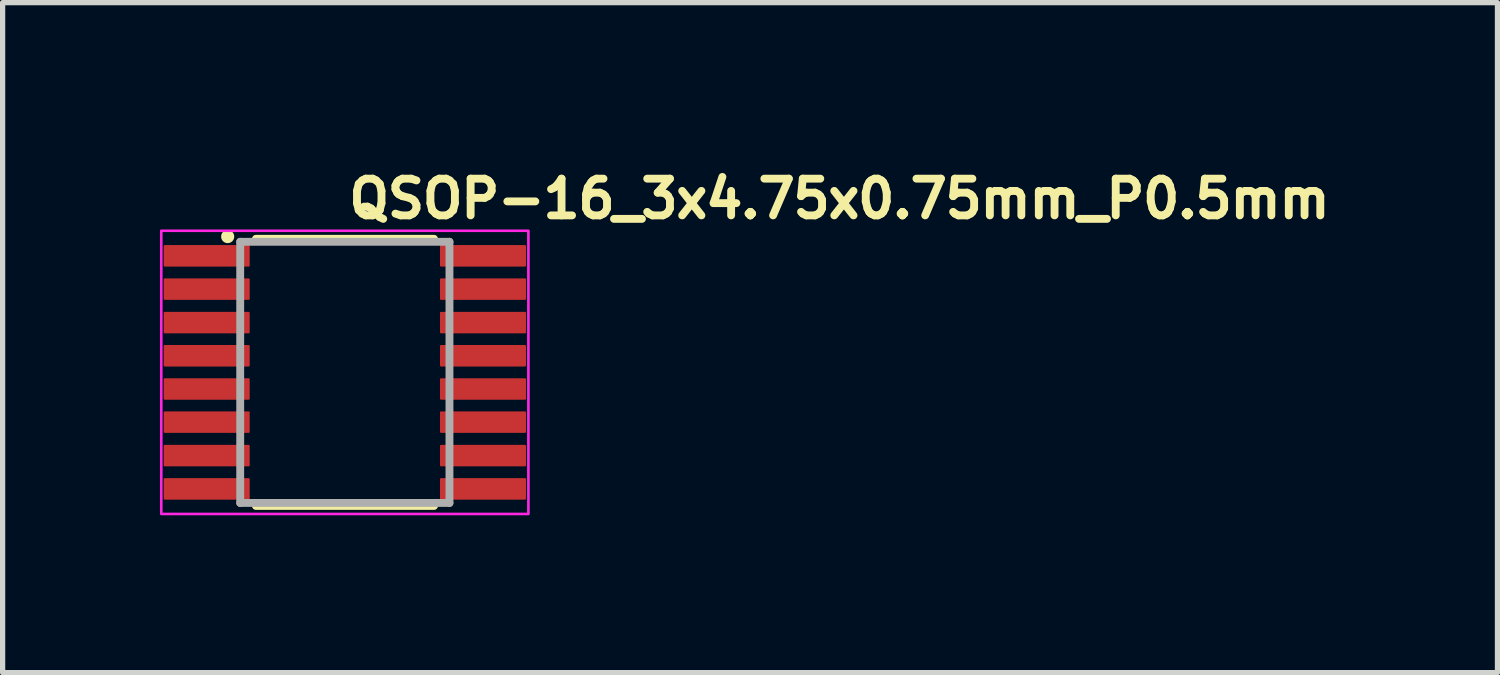
<source format=kicad_pcb>
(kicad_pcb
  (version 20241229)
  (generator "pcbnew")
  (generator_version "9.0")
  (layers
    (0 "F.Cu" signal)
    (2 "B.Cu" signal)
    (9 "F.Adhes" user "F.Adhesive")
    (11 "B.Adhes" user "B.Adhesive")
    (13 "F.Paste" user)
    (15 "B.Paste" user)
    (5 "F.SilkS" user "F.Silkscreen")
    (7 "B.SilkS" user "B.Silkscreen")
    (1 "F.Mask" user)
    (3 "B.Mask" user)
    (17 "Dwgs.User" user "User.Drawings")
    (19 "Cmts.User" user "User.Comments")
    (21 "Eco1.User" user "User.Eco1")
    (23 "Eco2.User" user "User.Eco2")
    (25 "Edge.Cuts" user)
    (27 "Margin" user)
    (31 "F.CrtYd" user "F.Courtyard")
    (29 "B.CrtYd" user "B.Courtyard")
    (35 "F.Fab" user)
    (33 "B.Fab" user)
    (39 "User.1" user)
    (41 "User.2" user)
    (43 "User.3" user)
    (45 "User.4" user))
  (footprint "QSOP-16_3x4.75x0.75mm_P0.5mm"
    (layer "F.Cu")
    (at 3.525 4.05)
    (property "Reference" "QSOP-16_3x4.75x0.75mm_P0.5mm" (at 0 -2.9 0) (layer "F.SilkS") (effects (font (size 0.7 0.7) (thickness 0.15)) (justify left bottom)))
    (attr smd)
    (fp_line (start -1.695 -2.547) (end 1.7 -2.547) (stroke (width 0.15) (type solid)) (layer "F.SilkS"))
    (fp_line (start -1.695 2.547) (end 1.7 2.547) (stroke (width 0.15) (type solid)) (layer "F.SilkS"))
    (fp_circle (center -2.234 -2.589) (end -2.184 -2.589) (stroke (width 0.15) (type solid)) (fill yes) (layer "F.SilkS"))
    (fp_rect (start -3.5 -2.7) (end 3.5 2.7) (stroke (width 0.05) (type solid)) (fill no) (layer "F.CrtYd"))
    (fp_line (start -1.995 -2.49) (end -1.995 2.49) (stroke (width 0.15) (type solid)) (layer "F.Fab"))
    (fp_line (start -1.995 -2.49) (end 1.995 -2.49) (stroke (width 0.15) (type solid)) (layer "F.Fab"))
    (fp_line (start -1.995 2.49) (end 1.995 2.49) (stroke (width 0.15) (type solid)) (layer "F.Fab"))
    (fp_line (start 1.995 -2.49) (end 1.995 2.49) (stroke (width 0.15) (type solid)) (layer "F.Fab"))
    (fp_rect (start -3.009 -2.445) (end 3.009 2.445) (stroke (width 0.1) (type solid)) (fill no) (layer "User.5"))
    (fp_line (start -3.009 -2.097) (end -3.009 -2.347) (stroke (width 0.02) (type solid)) (layer "User.9"))
    (fp_line (start -3.009 -1.462) (end -3.009 -1.712) (stroke (width 0.02) (type solid)) (layer "User.9"))
    (fp_line (start -3.009 -0.825) (end -3.009 -1.077) (stroke (width 0.02) (type solid)) (layer "User.9"))
    (fp_line (start -3.009 -0.192) (end -3.009 -0.442) (stroke (width 0.02) (type solid)) (layer "User.9"))
    (fp_line (start -3.009 0.442) (end -3.009 0.192) (stroke (width 0.02) (type solid)) (layer "User.9"))
    (fp_line (start -3.009 1.077) (end -3.009 0.825) (stroke (width 0.02) (type solid)) (layer "User.9"))
    (fp_line (start -3.009 1.712) (end -3.009 1.462) (stroke (width 0.02) (type solid)) (layer "User.9"))
    (fp_line (start -3.009 2.347) (end -3.009 2.097) (stroke (width 0.02) (type solid)) (layer "User.9"))
    (fp_line (start -2.559 -2.347) (end -3.009 -2.347) (stroke (width 0.02) (type solid)) (layer "User.9"))
    (fp_line (start -2.559 -2.097) (end -3.009 -2.097) (stroke (width 0.02) (type solid)) (layer "User.9"))
    (fp_line (start -2.559 -1.712) (end -3.009 -1.712) (stroke (width 0.02) (type solid)) (layer "User.9"))
    (fp_line (start -2.559 -1.462) (end -3.009 -1.462) (stroke (width 0.02) (type solid)) (layer "User.9"))
    (fp_line (start -2.559 -1.077) (end -3.009 -1.077) (stroke (width 0.02) (type solid)) (layer "User.9"))
    (fp_line (start -2.559 -0.825) (end -3.009 -0.825) (stroke (width 0.02) (type solid)) (layer "User.9"))
    (fp_line (start -2.559 -0.442) (end -3.009 -0.442) (stroke (width 0.02) (type solid)) (layer "User.9"))
    (fp_line (start -2.559 -0.192) (end -3.009 -0.192) (stroke (width 0.02) (type solid)) (layer "User.9"))
    (fp_line (start -2.559 0.192) (end -3.009 0.192) (stroke (width 0.02) (type solid)) (layer "User.9"))
    (fp_line (start -2.559 0.442) (end -3.009 0.442) (stroke (width 0.02) (type solid)) (layer "User.9"))
    (fp_line (start -2.559 0.825) (end -3.009 0.825) (stroke (width 0.02) (type solid)) (layer "User.9"))
    (fp_line (start -2.559 1.077) (end -3.009 1.077) (stroke (width 0.02) (type solid)) (layer "User.9"))
    (fp_line (start -2.559 1.462) (end -3.009 1.462) (stroke (width 0.02) (type solid)) (layer "User.9"))
    (fp_line (start -2.559 1.712) (end -3.009 1.712) (stroke (width 0.02) (type solid)) (layer "User.9"))
    (fp_line (start -2.559 2.097) (end -3.009 2.097) (stroke (width 0.02) (type solid)) (layer "User.9"))
    (fp_line (start -2.559 2.347) (end -3.009 2.347) (stroke (width 0.02) (type solid)) (layer "User.9"))
    (fp_line (start -2.509 -2.347) (end -2.559 -2.347) (stroke (width 0.02) (type solid)) (layer "User.9"))
    (fp_line (start -2.509 -2.097) (end -2.559 -2.097) (stroke (width 0.02) (type solid)) (layer "User.9"))
    (fp_line (start -2.509 -1.712) (end -2.559 -1.712) (stroke (width 0.02) (type solid)) (layer "User.9"))
    (fp_line (start -2.509 -1.462) (end -2.559 -1.462) (stroke (width 0.02) (type solid)) (layer "User.9"))
    (fp_line (start -2.509 -1.077) (end -2.559 -1.077) (stroke (width 0.02) (type solid)) (layer "User.9"))
    (fp_line (start -2.509 -0.825) (end -2.559 -0.825) (stroke (width 0.02) (type solid)) (layer "User.9"))
    (fp_line (start -2.509 -0.442) (end -2.559 -0.442) (stroke (width 0.02) (type solid)) (layer "User.9"))
    (fp_line (start -2.509 -0.192) (end -2.559 -0.192) (stroke (width 0.02) (type solid)) (layer "User.9"))
    (fp_line (start -2.509 0.192) (end -2.559 0.192) (stroke (width 0.02) (type solid)) (layer "User.9"))
    (fp_line (start -2.509 0.442) (end -2.559 0.442) (stroke (width 0.02) (type solid)) (layer "User.9"))
    (fp_line (start -2.509 0.825) (end -2.559 0.825) (stroke (width 0.02) (type solid)) (layer "User.9"))
    (fp_line (start -2.509 1.077) (end -2.559 1.077) (stroke (width 0.02) (type solid)) (layer "User.9"))
    (fp_line (start -2.509 1.462) (end -2.559 1.462) (stroke (width 0.02) (type solid)) (layer "User.9"))
    (fp_line (start -2.509 1.712) (end -2.559 1.712) (stroke (width 0.02) (type solid)) (layer "User.9"))
    (fp_line (start -2.509 2.097) (end -2.559 2.097) (stroke (width 0.02) (type solid)) (layer "User.9"))
    (fp_line (start -2.509 2.347) (end -2.559 2.347) (stroke (width 0.02) (type solid)) (layer "User.9"))
    (fp_line (start -2.475 -2.347) (end -2.509 -2.347) (stroke (width 0.02) (type solid)) (layer "User.9"))
    (fp_line (start -2.475 -2.097) (end -2.509 -2.097) (stroke (width 0.02) (type solid)) (layer "User.9"))
    (fp_line (start -2.475 -1.712) (end -2.509 -1.712) (stroke (width 0.02) (type solid)) (layer "User.9"))
    (fp_line (start -2.475 -1.462) (end -2.509 -1.462) (stroke (width 0.02) (type solid)) (layer "User.9"))
    (fp_line (start -2.475 -1.077) (end -2.509 -1.077) (stroke (width 0.02) (type solid)) (layer "User.9"))
    (fp_line (start -2.475 -0.825) (end -2.509 -0.825) (stroke (width 0.02) (type solid)) (layer "User.9"))
    (fp_line (start -2.475 -0.442) (end -2.509 -0.442) (stroke (width 0.02) (type solid)) (layer "User.9"))
    (fp_line (start -2.475 -0.192) (end -2.509 -0.192) (stroke (width 0.02) (type solid)) (layer "User.9"))
    (fp_line (start -2.475 0.192) (end -2.509 0.192) (stroke (width 0.02) (type solid)) (layer "User.9"))
    (fp_line (start -2.475 0.442) (end -2.509 0.442) (stroke (width 0.02) (type solid)) (layer "User.9"))
    (fp_line (start -2.475 0.825) (end -2.509 0.825) (stroke (width 0.02) (type solid)) (layer "User.9"))
    (fp_line (start -2.475 1.077) (end -2.509 1.077) (stroke (width 0.02) (type solid)) (layer "User.9"))
    (fp_line (start -2.475 1.462) (end -2.509 1.462) (stroke (width 0.02) (type solid)) (layer "User.9"))
    (fp_line (start -2.475 1.712) (end -2.509 1.712) (stroke (width 0.02) (type solid)) (layer "User.9"))
    (fp_line (start -2.475 2.097) (end -2.509 2.097) (stroke (width 0.02) (type solid)) (layer "User.9"))
    (fp_line (start -2.475 2.347) (end -2.509 2.347) (stroke (width 0.02) (type solid)) (layer "User.9"))
    (fp_line (start -2.275 -2.347) (end -2.475 -2.347) (stroke (width 0.02) (type solid)) (layer "User.9"))
    (fp_line (start -2.275 -2.097) (end -2.475 -2.097) (stroke (width 0.02) (type solid)) (layer "User.9"))
    (fp_line (start -2.275 -1.712) (end -2.475 -1.712) (stroke (width 0.02) (type solid)) (layer "User.9"))
    (fp_line (start -2.275 -1.462) (end -2.475 -1.462) (stroke (width 0.02) (type solid)) (layer "User.9"))
    (fp_line (start -2.275 -1.077) (end -2.475 -1.077) (stroke (width 0.02) (type solid)) (layer "User.9"))
    (fp_line (start -2.275 -0.825) (end -2.475 -0.825) (stroke (width 0.02) (type solid)) (layer "User.9"))
    (fp_line (start -2.275 -0.442) (end -2.475 -0.442) (stroke (width 0.02) (type solid)) (layer "User.9"))
    (fp_line (start -2.275 -0.192) (end -2.475 -0.192) (stroke (width 0.02) (type solid)) (layer "User.9"))
    (fp_line (start -2.275 0.192) (end -2.475 0.192) (stroke (width 0.02) (type solid)) (layer "User.9"))
    (fp_line (start -2.275 0.442) (end -2.475 0.442) (stroke (width 0.02) (type solid)) (layer "User.9"))
    (fp_line (start -2.275 0.825) (end -2.475 0.825) (stroke (width 0.02) (type solid)) (layer "User.9"))
    (fp_line (start -2.275 1.077) (end -2.475 1.077) (stroke (width 0.02) (type solid)) (layer "User.9"))
    (fp_line (start -2.275 1.462) (end -2.475 1.462) (stroke (width 0.02) (type solid)) (layer "User.9"))
    (fp_line (start -2.275 1.712) (end -2.475 1.712) (stroke (width 0.02) (type solid)) (layer "User.9"))
    (fp_line (start -2.275 2.097) (end -2.475 2.097) (stroke (width 0.02) (type solid)) (layer "User.9"))
    (fp_line (start -2.275 2.347) (end -2.475 2.347) (stroke (width 0.02) (type solid)) (layer "User.9"))
    (fp_line (start -1.95 -2.445) (end -1.95 2.445) (stroke (width 0.02) (type solid)) (layer "User.9"))
    (fp_line (start -1.95 -2.347) (end -2.275 -2.347) (stroke (width 0.02) (type solid)) (layer "User.9"))
    (fp_line (start -1.95 -2.097) (end -2.275 -2.097) (stroke (width 0.02) (type solid)) (layer "User.9"))
    (fp_line (start -1.95 -2.097) (end -1.95 -2.347) (stroke (width 0.02) (type solid)) (layer "User.9"))
    (fp_line (start -1.95 -1.712) (end -2.275 -1.712) (stroke (width 0.02) (type solid)) (layer "User.9"))
    (fp_line (start -1.95 -1.462) (end -2.275 -1.462) (stroke (width 0.02) (type solid)) (layer "User.9"))
    (fp_line (start -1.95 -1.462) (end -1.95 -1.712) (stroke (width 0.02) (type solid)) (layer "User.9"))
    (fp_line (start -1.95 -1.077) (end -2.275 -1.077) (stroke (width 0.02) (type solid)) (layer "User.9"))
    (fp_line (start -1.95 -0.825) (end -2.275 -0.825) (stroke (width 0.02) (type solid)) (layer "User.9"))
    (fp_line (start -1.95 -0.825) (end -1.95 -1.077) (stroke (width 0.02) (type solid)) (layer "User.9"))
    (fp_line (start -1.95 -0.442) (end -2.275 -0.442) (stroke (width 0.02) (type solid)) (layer "User.9"))
    (fp_line (start -1.95 -0.192) (end -2.275 -0.192) (stroke (width 0.02) (type solid)) (layer "User.9"))
    (fp_line (start -1.95 -0.192) (end -1.95 -0.442) (stroke (width 0.02) (type solid)) (layer "User.9"))
    (fp_line (start -1.95 0.192) (end -2.275 0.192) (stroke (width 0.02) (type solid)) (layer "User.9"))
    (fp_line (start -1.95 0.442) (end -2.275 0.442) (stroke (width 0.02) (type solid)) (layer "User.9"))
    (fp_line (start -1.95 0.442) (end -1.95 0.192) (stroke (width 0.02) (type solid)) (layer "User.9"))
    (fp_line (start -1.95 0.825) (end -2.275 0.825) (stroke (width 0.02) (type solid)) (layer "User.9"))
    (fp_line (start -1.95 1.077) (end -2.275 1.077) (stroke (width 0.02) (type solid)) (layer "User.9"))
    (fp_line (start -1.95 1.077) (end -1.95 0.825) (stroke (width 0.02) (type solid)) (layer "User.9"))
    (fp_line (start -1.95 1.462) (end -2.275 1.462) (stroke (width 0.02) (type solid)) (layer "User.9"))
    (fp_line (start -1.95 1.712) (end -2.275 1.712) (stroke (width 0.02) (type solid)) (layer "User.9"))
    (fp_line (start -1.95 1.712) (end -1.95 1.462) (stroke (width 0.02) (type solid)) (layer "User.9"))
    (fp_line (start -1.95 2.097) (end -2.275 2.097) (stroke (width 0.02) (type solid)) (layer "User.9"))
    (fp_line (start -1.95 2.347) (end -2.275 2.347) (stroke (width 0.02) (type solid)) (layer "User.9"))
    (fp_line (start -1.95 2.347) (end -1.95 2.097) (stroke (width 0.02) (type solid)) (layer "User.9"))
    (fp_line (start -1.95 2.445) (end 1.95 2.445) (stroke (width 0.02) (type solid)) (layer "User.9"))
    (fp_line (start -1.851 -2.346) (end -1.95 -2.445) (stroke (width 0.02) (type solid)) (layer "User.9"))
    (fp_line (start -1.851 -2.346) (end -1.851 2.346) (stroke (width 0.02) (type solid)) (layer "User.9"))
    (fp_line (start -1.851 2.346) (end -1.95 2.445) (stroke (width 0.02) (type solid)) (layer "User.9"))
    (fp_line (start -1.851 2.346) (end 1.851 2.346) (stroke (width 0.02) (type solid)) (layer "User.9"))
    (fp_line (start 1.851 -2.346) (end -1.851 -2.346) (stroke (width 0.02) (type solid)) (layer "User.9"))
    (fp_line (start 1.851 -2.346) (end 1.95 -2.445) (stroke (width 0.02) (type solid)) (layer "User.9"))
    (fp_line (start 1.851 2.346) (end 1.851 -2.346) (stroke (width 0.02) (type solid)) (layer "User.9"))
    (fp_line (start 1.851 2.346) (end 1.95 2.445) (stroke (width 0.02) (type solid)) (layer "User.9"))
    (fp_line (start 1.95 -2.445) (end -1.95 -2.445) (stroke (width 0.02) (type solid)) (layer "User.9"))
    (fp_line (start 1.95 -2.347) (end 2.275 -2.347) (stroke (width 0.02) (type solid)) (layer "User.9"))
    (fp_line (start 1.95 -2.097) (end 1.95 -2.347) (stroke (width 0.02) (type solid)) (layer "User.9"))
    (fp_line (start 1.95 -2.097) (end 2.275 -2.097) (stroke (width 0.02) (type solid)) (layer "User.9"))
    (fp_line (start 1.95 -1.712) (end 2.275 -1.712) (stroke (width 0.02) (type solid)) (layer "User.9"))
    (fp_line (start 1.95 -1.462) (end 1.95 -1.712) (stroke (width 0.02) (type solid)) (layer "User.9"))
    (fp_line (start 1.95 -1.462) (end 2.275 -1.462) (stroke (width 0.02) (type solid)) (layer "User.9"))
    (fp_line (start 1.95 -1.077) (end 2.275 -1.077) (stroke (width 0.02) (type solid)) (layer "User.9"))
    (fp_line (start 1.95 -0.825) (end 1.95 -1.077) (stroke (width 0.02) (type solid)) (layer "User.9"))
    (fp_line (start 1.95 -0.825) (end 2.275 -0.825) (stroke (width 0.02) (type solid)) (layer "User.9"))
    (fp_line (start 1.95 -0.442) (end 2.275 -0.442) (stroke (width 0.02) (type solid)) (layer "User.9"))
    (fp_line (start 1.95 -0.192) (end 1.95 -0.442) (stroke (width 0.02) (type solid)) (layer "User.9"))
    (fp_line (start 1.95 -0.192) (end 2.275 -0.192) (stroke (width 0.02) (type solid)) (layer "User.9"))
    (fp_line (start 1.95 0.192) (end 2.275 0.192) (stroke (width 0.02) (type solid)) (layer "User.9"))
    (fp_line (start 1.95 0.442) (end 1.95 0.192) (stroke (width 0.02) (type solid)) (layer "User.9"))
    (fp_line (start 1.95 0.442) (end 2.275 0.442) (stroke (width 0.02) (type solid)) (layer "User.9"))
    (fp_line (start 1.95 0.825) (end 2.275 0.825) (stroke (width 0.02) (type solid)) (layer "User.9"))
    (fp_line (start 1.95 1.077) (end 1.95 0.825) (stroke (width 0.02) (type solid)) (layer "User.9"))
    (fp_line (start 1.95 1.077) (end 2.275 1.077) (stroke (width 0.02) (type solid)) (layer "User.9"))
    (fp_line (start 1.95 1.462) (end 2.275 1.462) (stroke (width 0.02) (type solid)) (layer "User.9"))
    (fp_line (start 1.95 1.712) (end 1.95 1.462) (stroke (width 0.02) (type solid)) (layer "User.9"))
    (fp_line (start 1.95 1.712) (end 2.275 1.712) (stroke (width 0.02) (type solid)) (layer "User.9"))
    (fp_line (start 1.95 2.097) (end 2.275 2.097) (stroke (width 0.02) (type solid)) (layer "User.9"))
    (fp_line (start 1.95 2.347) (end 1.95 2.097) (stroke (width 0.02) (type solid)) (layer "User.9"))
    (fp_line (start 1.95 2.347) (end 2.275 2.347) (stroke (width 0.02) (type solid)) (layer "User.9"))
    (fp_line (start 1.95 2.445) (end 1.95 -2.445) (stroke (width 0.02) (type solid)) (layer "User.9"))
    (fp_line (start 2.275 -2.347) (end 2.475 -2.347) (stroke (width 0.02) (type solid)) (layer "User.9"))
    (fp_line (start 2.275 -2.097) (end 2.475 -2.097) (stroke (width 0.02) (type solid)) (layer "User.9"))
    (fp_line (start 2.275 -1.712) (end 2.475 -1.712) (stroke (width 0.02) (type solid)) (layer "User.9"))
    (fp_line (start 2.275 -1.462) (end 2.475 -1.462) (stroke (width 0.02) (type solid)) (layer "User.9"))
    (fp_line (start 2.275 -1.077) (end 2.475 -1.077) (stroke (width 0.02) (type solid)) (layer "User.9"))
    (fp_line (start 2.275 -0.825) (end 2.475 -0.825) (stroke (width 0.02) (type solid)) (layer "User.9"))
    (fp_line (start 2.275 -0.442) (end 2.475 -0.442) (stroke (width 0.02) (type solid)) (layer "User.9"))
    (fp_line (start 2.275 -0.192) (end 2.475 -0.192) (stroke (width 0.02) (type solid)) (layer "User.9"))
    (fp_line (start 2.275 0.192) (end 2.475 0.192) (stroke (width 0.02) (type solid)) (layer "User.9"))
    (fp_line (start 2.275 0.442) (end 2.475 0.442) (stroke (width 0.02) (type solid)) (layer "User.9"))
    (fp_line (start 2.275 0.825) (end 2.475 0.825) (stroke (width 0.02) (type solid)) (layer "User.9"))
    (fp_line (start 2.275 1.077) (end 2.475 1.077) (stroke (width 0.02) (type solid)) (layer "User.9"))
    (fp_line (start 2.275 1.462) (end 2.475 1.462) (stroke (width 0.02) (type solid)) (layer "User.9"))
    (fp_line (start 2.275 1.712) (end 2.475 1.712) (stroke (width 0.02) (type solid)) (layer "User.9"))
    (fp_line (start 2.275 2.097) (end 2.475 2.097) (stroke (width 0.02) (type solid)) (layer "User.9"))
    (fp_line (start 2.275 2.347) (end 2.475 2.347) (stroke (width 0.02) (type solid)) (layer "User.9"))
    (fp_line (start 2.475 -2.347) (end 2.509 -2.347) (stroke (width 0.02) (type solid)) (layer "User.9"))
    (fp_line (start 2.475 -2.097) (end 2.509 -2.097) (stroke (width 0.02) (type solid)) (layer "User.9"))
    (fp_line (start 2.475 -1.712) (end 2.509 -1.712) (stroke (width 0.02) (type solid)) (layer "User.9"))
    (fp_line (start 2.475 -1.462) (end 2.509 -1.462) (stroke (width 0.02) (type solid)) (layer "User.9"))
    (fp_line (start 2.475 -1.077) (end 2.509 -1.077) (stroke (width 0.02) (type solid)) (layer "User.9"))
    (fp_line (start 2.475 -0.825) (end 2.509 -0.825) (stroke (width 0.02) (type solid)) (layer "User.9"))
    (fp_line (start 2.475 -0.442) (end 2.509 -0.442) (stroke (width 0.02) (type solid)) (layer "User.9"))
    (fp_line (start 2.475 -0.192) (end 2.509 -0.192) (stroke (width 0.02) (type solid)) (layer "User.9"))
    (fp_line (start 2.475 0.192) (end 2.509 0.192) (stroke (width 0.02) (type solid)) (layer "User.9"))
    (fp_line (start 2.475 0.442) (end 2.509 0.442) (stroke (width 0.02) (type solid)) (layer "User.9"))
    (fp_line (start 2.475 0.825) (end 2.509 0.825) (stroke (width 0.02) (type solid)) (layer "User.9"))
    (fp_line (start 2.475 1.077) (end 2.509 1.077) (stroke (width 0.02) (type solid)) (layer "User.9"))
    (fp_line (start 2.475 1.462) (end 2.509 1.462) (stroke (width 0.02) (type solid)) (layer "User.9"))
    (fp_line (start 2.475 1.712) (end 2.509 1.712) (stroke (width 0.02) (type solid)) (layer "User.9"))
    (fp_line (start 2.475 2.097) (end 2.509 2.097) (stroke (width 0.02) (type solid)) (layer "User.9"))
    (fp_line (start 2.475 2.347) (end 2.509 2.347) (stroke (width 0.02) (type solid)) (layer "User.9"))
    (fp_line (start 2.509 -2.347) (end 2.559 -2.347) (stroke (width 0.02) (type solid)) (layer "User.9"))
    (fp_line (start 2.509 -2.097) (end 2.559 -2.097) (stroke (width 0.02) (type solid)) (layer "User.9"))
    (fp_line (start 2.509 -1.712) (end 2.559 -1.712) (stroke (width 0.02) (type solid)) (layer "User.9"))
    (fp_line (start 2.509 -1.462) (end 2.559 -1.462) (stroke (width 0.02) (type solid)) (layer "User.9"))
    (fp_line (start 2.509 -1.077) (end 2.559 -1.077) (stroke (width 0.02) (type solid)) (layer "User.9"))
    (fp_line (start 2.509 -0.825) (end 2.559 -0.825) (stroke (width 0.02) (type solid)) (layer "User.9"))
    (fp_line (start 2.509 -0.442) (end 2.559 -0.442) (stroke (width 0.02) (type solid)) (layer "User.9"))
    (fp_line (start 2.509 -0.192) (end 2.559 -0.192) (stroke (width 0.02) (type solid)) (layer "User.9"))
    (fp_line (start 2.509 0.192) (end 2.559 0.192) (stroke (width 0.02) (type solid)) (layer "User.9"))
    (fp_line (start 2.509 0.442) (end 2.559 0.442) (stroke (width 0.02) (type solid)) (layer "User.9"))
    (fp_line (start 2.509 0.825) (end 2.559 0.825) (stroke (width 0.02) (type solid)) (layer "User.9"))
    (fp_line (start 2.509 1.077) (end 2.559 1.077) (stroke (width 0.02) (type solid)) (layer "User.9"))
    (fp_line (start 2.509 1.462) (end 2.559 1.462) (stroke (width 0.02) (type solid)) (layer "User.9"))
    (fp_line (start 2.509 1.712) (end 2.559 1.712) (stroke (width 0.02) (type solid)) (layer "User.9"))
    (fp_line (start 2.509 2.097) (end 2.559 2.097) (stroke (width 0.02) (type solid)) (layer "User.9"))
    (fp_line (start 2.509 2.347) (end 2.559 2.347) (stroke (width 0.02) (type solid)) (layer "User.9"))
    (fp_line (start 2.559 -2.347) (end 3.009 -2.347) (stroke (width 0.02) (type solid)) (layer "User.9"))
    (fp_line (start 2.559 -2.097) (end 3.009 -2.097) (stroke (width 0.02) (type solid)) (layer "User.9"))
    (fp_line (start 2.559 -1.712) (end 3.009 -1.712) (stroke (width 0.02) (type solid)) (layer "User.9"))
    (fp_line (start 2.559 -1.462) (end 3.009 -1.462) (stroke (width 0.02) (type solid)) (layer "User.9"))
    (fp_line (start 2.559 -1.077) (end 3.009 -1.077) (stroke (width 0.02) (type solid)) (layer "User.9"))
    (fp_line (start 2.559 -0.825) (end 3.009 -0.825) (stroke (width 0.02) (type solid)) (layer "User.9"))
    (fp_line (start 2.559 -0.442) (end 3.009 -0.442) (stroke (width 0.02) (type solid)) (layer "User.9"))
    (fp_line (start 2.559 -0.192) (end 3.009 -0.192) (stroke (width 0.02) (type solid)) (layer "User.9"))
    (fp_line (start 2.559 0.192) (end 3.009 0.192) (stroke (width 0.02) (type solid)) (layer "User.9"))
    (fp_line (start 2.559 0.442) (end 3.009 0.442) (stroke (width 0.02) (type solid)) (layer "User.9"))
    (fp_line (start 2.559 0.825) (end 3.009 0.825) (stroke (width 0.02) (type solid)) (layer "User.9"))
    (fp_line (start 2.559 1.077) (end 3.009 1.077) (stroke (width 0.02) (type solid)) (layer "User.9"))
    (fp_line (start 2.559 1.462) (end 3.009 1.462) (stroke (width 0.02) (type solid)) (layer "User.9"))
    (fp_line (start 2.559 1.712) (end 3.009 1.712) (stroke (width 0.02) (type solid)) (layer "User.9"))
    (fp_line (start 2.559 2.097) (end 3.009 2.097) (stroke (width 0.02) (type solid)) (layer "User.9"))
    (fp_line (start 2.559 2.347) (end 3.009 2.347) (stroke (width 0.02) (type solid)) (layer "User.9"))
    (fp_line (start 3.009 -2.097) (end 3.009 -2.347) (stroke (width 0.02) (type solid)) (layer "User.9"))
    (fp_line (start 3.009 -1.462) (end 3.009 -1.712) (stroke (width 0.02) (type solid)) (layer "User.9"))
    (fp_line (start 3.009 -0.825) (end 3.009 -1.077) (stroke (width 0.02) (type solid)) (layer "User.9"))
    (fp_line (start 3.009 -0.192) (end 3.009 -0.442) (stroke (width 0.02) (type solid)) (layer "User.9"))
    (fp_line (start 3.009 0.442) (end 3.009 0.192) (stroke (width 0.02) (type solid)) (layer "User.9"))
    (fp_line (start 3.009 1.077) (end 3.009 0.825) (stroke (width 0.02) (type solid)) (layer "User.9"))
    (fp_line (start 3.009 1.712) (end 3.009 1.462) (stroke (width 0.02) (type solid)) (layer "User.9"))
    (fp_line (start 3.009 2.347) (end 3.009 2.097) (stroke (width 0.02) (type solid)) (layer "User.9"))
    (pad "1" smd roundrect (at -2.634 -2.222) (size 1.64 0.41) (layers "F.Cu" "F.Mask" "F.Paste") (roundrect_rratio 0.05))
    (pad "2" smd roundrect (at -2.634 -1.587) (size 1.64 0.41) (layers "F.Cu" "F.Mask" "F.Paste") (roundrect_rratio 0.05))
    (pad "3" smd roundrect (at -2.634 -0.949) (size 1.64 0.41) (layers "F.Cu" "F.Mask" "F.Paste") (roundrect_rratio 0.05))
    (pad "4" smd roundrect (at -2.634 -0.317) (size 1.64 0.41) (layers "F.Cu" "F.Mask" "F.Paste") (roundrect_rratio 0.05))
    (pad "5" smd roundrect (at -2.634 0.317) (size 1.64 0.41) (layers "F.Cu" "F.Mask" "F.Paste") (roundrect_rratio 0.05))
    (pad "6" smd roundrect (at -2.634 0.949) (size 1.64 0.41) (layers "F.Cu" "F.Mask" "F.Paste") (roundrect_rratio 0.05))
    (pad "7" smd roundrect (at -2.634 1.587) (size 1.64 0.41) (layers "F.Cu" "F.Mask" "F.Paste") (roundrect_rratio 0.05))
    (pad "8" smd roundrect (at -2.634 2.222) (size 1.64 0.41) (layers "F.Cu" "F.Mask" "F.Paste") (roundrect_rratio 0.05))
    (pad "9" smd roundrect (at 2.634 2.222) (size 1.64 0.41) (layers "F.Cu" "F.Mask" "F.Paste") (roundrect_rratio 0.05))
    (pad "10" smd roundrect (at 2.634 1.587) (size 1.64 0.41) (layers "F.Cu" "F.Mask" "F.Paste") (roundrect_rratio 0.05))
    (pad "11" smd roundrect (at 2.634 0.949) (size 1.64 0.41) (layers "F.Cu" "F.Mask" "F.Paste") (roundrect_rratio 0.05))
    (pad "12" smd roundrect (at 2.634 0.317) (size 1.64 0.41) (layers "F.Cu" "F.Mask" "F.Paste") (roundrect_rratio 0.05))
    (pad "13" smd roundrect (at 2.634 -0.317) (size 1.64 0.41) (layers "F.Cu" "F.Mask" "F.Paste") (roundrect_rratio 0.05))
    (pad "14" smd roundrect (at 2.634 -0.949) (size 1.64 0.41) (layers "F.Cu" "F.Mask" "F.Paste") (roundrect_rratio 0.05))
    (pad "15" smd roundrect (at 2.634 -1.587) (size 1.64 0.41) (layers "F.Cu" "F.Mask" "F.Paste") (roundrect_rratio 0.05))
    (pad "16" smd roundrect (at 2.634 -2.222) (size 1.64 0.41) (layers "F.Cu" "F.Mask" "F.Paste") (roundrect_rratio 0.05)))
  (gr_rect
    (start -3 -3)
    (end 25.502 9.775)
    (stroke (width 0.1) (type default))
    (fill no)
    (layer "Edge.Cuts")))
</source>
